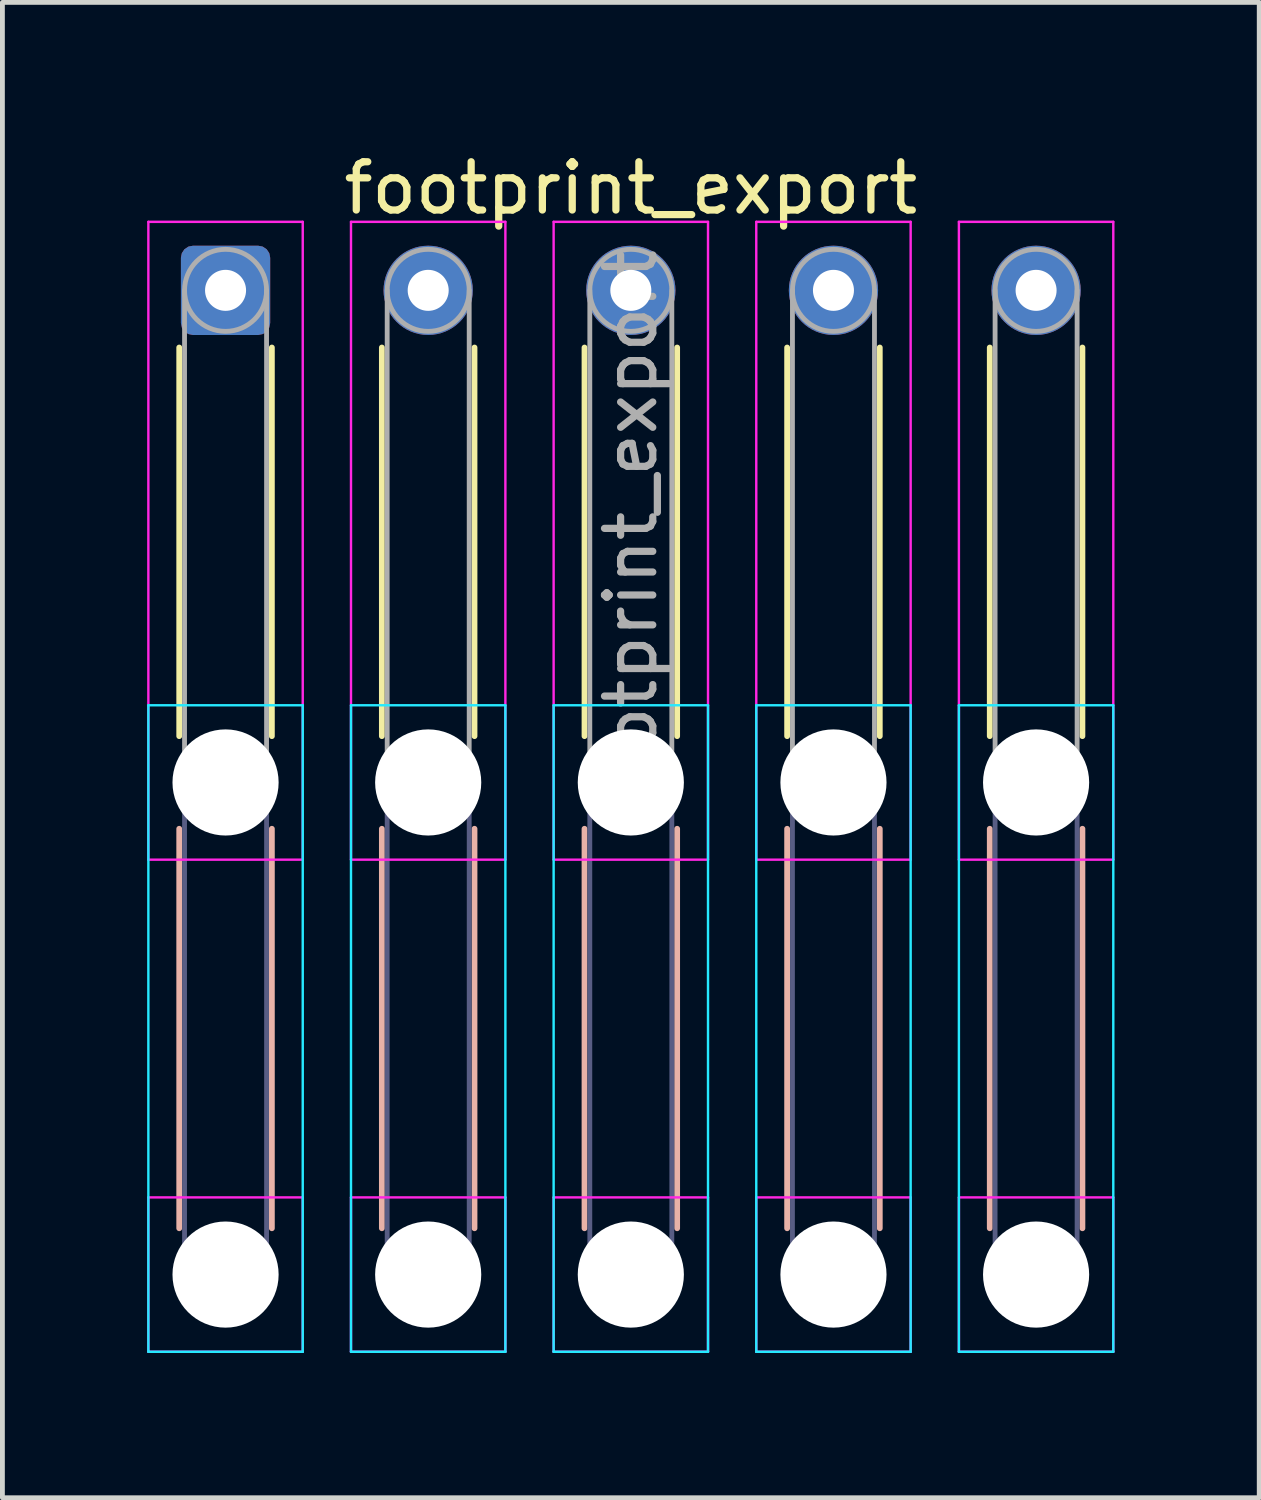
<source format=kicad_pcb>
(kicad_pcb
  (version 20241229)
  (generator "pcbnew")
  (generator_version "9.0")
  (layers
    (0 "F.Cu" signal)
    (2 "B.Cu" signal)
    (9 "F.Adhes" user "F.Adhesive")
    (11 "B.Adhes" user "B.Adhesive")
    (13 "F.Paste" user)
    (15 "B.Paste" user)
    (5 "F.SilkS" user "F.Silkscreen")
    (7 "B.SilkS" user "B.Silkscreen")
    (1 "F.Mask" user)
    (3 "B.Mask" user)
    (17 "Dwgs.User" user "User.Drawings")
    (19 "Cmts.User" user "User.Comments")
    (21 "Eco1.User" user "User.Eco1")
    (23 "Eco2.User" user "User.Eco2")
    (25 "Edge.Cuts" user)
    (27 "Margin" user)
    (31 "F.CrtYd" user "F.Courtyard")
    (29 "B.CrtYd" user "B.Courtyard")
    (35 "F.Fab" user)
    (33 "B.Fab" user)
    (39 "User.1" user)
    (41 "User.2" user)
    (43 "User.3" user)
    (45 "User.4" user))
  (footprint "footprint_export"
    (layer "F.Cu")
    (at 1.625 2.968)
    (property "Reference" "footprint_export" (at 8.4 -2.12 0) (layer "F.SilkS") (effects (font (size 1 1) (thickness 0.15))))
    (attr exclude_from_pos_files exclude_from_bom)
    (fp_line (start -0.96 1.185) (end -0.96 9.24) (stroke (width 0.12) (type solid)) (layer "F.SilkS"))
    (fp_line (start 0.96 1.185) (end 0.96 9.24) (stroke (width 0.12) (type solid)) (layer "F.SilkS"))
    (fp_line (start 3.24 1.185) (end 3.24 9.24) (stroke (width 0.12) (type solid)) (layer "F.SilkS"))
    (fp_line (start 5.16 1.185) (end 5.16 9.24) (stroke (width 0.12) (type solid)) (layer "F.SilkS"))
    (fp_line (start 7.44 1.185) (end 7.44 9.24) (stroke (width 0.12) (type solid)) (layer "F.SilkS"))
    (fp_line (start 9.36 1.185) (end 9.36 9.24) (stroke (width 0.12) (type solid)) (layer "F.SilkS"))
    (fp_line (start 11.64 1.185) (end 11.64 9.24) (stroke (width 0.12) (type solid)) (layer "F.SilkS"))
    (fp_line (start 13.56 1.185) (end 13.56 9.24) (stroke (width 0.12) (type solid)) (layer "F.SilkS"))
    (fp_line (start 15.84 1.185) (end 15.84 9.24) (stroke (width 0.12) (type solid)) (layer "F.SilkS"))
    (fp_line (start 17.76 1.185) (end 17.76 9.24) (stroke (width 0.12) (type solid)) (layer "F.SilkS"))
    (fp_line (start -0.96 11.16) (end -0.96 19.44) (stroke (width 0.12) (type solid)) (layer "B.SilkS"))
    (fp_line (start 0.96 11.16) (end 0.96 19.44) (stroke (width 0.12) (type solid)) (layer "B.SilkS"))
    (fp_line (start 3.24 11.16) (end 3.24 19.44) (stroke (width 0.12) (type solid)) (layer "B.SilkS"))
    (fp_line (start 5.16 11.16) (end 5.16 19.44) (stroke (width 0.12) (type solid)) (layer "B.SilkS"))
    (fp_line (start 7.44 11.16) (end 7.44 19.44) (stroke (width 0.12) (type solid)) (layer "B.SilkS"))
    (fp_line (start 9.36 11.16) (end 9.36 19.44) (stroke (width 0.12) (type solid)) (layer "B.SilkS"))
    (fp_line (start 11.64 11.16) (end 11.64 19.44) (stroke (width 0.12) (type solid)) (layer "B.SilkS"))
    (fp_line (start 13.56 11.16) (end 13.56 19.44) (stroke (width 0.12) (type solid)) (layer "B.SilkS"))
    (fp_line (start 15.84 11.16) (end 15.84 19.44) (stroke (width 0.12) (type solid)) (layer "B.SilkS"))
    (fp_line (start 17.76 11.16) (end 17.76 19.44) (stroke (width 0.12) (type solid)) (layer "B.SilkS"))
    (fp_line (start -1.6 8.6) (end -1.6 22) (stroke (width 0.05) (type solid)) (layer "B.CrtYd"))
    (fp_line (start -1.6 22) (end 1.6 22) (stroke (width 0.05) (type solid)) (layer "B.CrtYd"))
    (fp_line (start 1.6 8.6) (end -1.6 8.6) (stroke (width 0.05) (type solid)) (layer "B.CrtYd"))
    (fp_line (start 1.6 22) (end 1.6 8.6) (stroke (width 0.05) (type solid)) (layer "B.CrtYd"))
    (fp_line (start 2.6 8.6) (end 2.6 22) (stroke (width 0.05) (type solid)) (layer "B.CrtYd"))
    (fp_line (start 2.6 22) (end 5.8 22) (stroke (width 0.05) (type solid)) (layer "B.CrtYd"))
    (fp_line (start 5.8 8.6) (end 2.6 8.6) (stroke (width 0.05) (type solid)) (layer "B.CrtYd"))
    (fp_line (start 5.8 22) (end 5.8 8.6) (stroke (width 0.05) (type solid)) (layer "B.CrtYd"))
    (fp_line (start 6.8 8.6) (end 6.8 22) (stroke (width 0.05) (type solid)) (layer "B.CrtYd"))
    (fp_line (start 6.8 22) (end 10 22) (stroke (width 0.05) (type solid)) (layer "B.CrtYd"))
    (fp_line (start 10 8.6) (end 6.8 8.6) (stroke (width 0.05) (type solid)) (layer "B.CrtYd"))
    (fp_line (start 10 22) (end 10 8.6) (stroke (width 0.05) (type solid)) (layer "B.CrtYd"))
    (fp_line (start 11 8.6) (end 11 22) (stroke (width 0.05) (type solid)) (layer "B.CrtYd"))
    (fp_line (start 11 22) (end 14.2 22) (stroke (width 0.05) (type solid)) (layer "B.CrtYd"))
    (fp_line (start 14.2 8.6) (end 11 8.6) (stroke (width 0.05) (type solid)) (layer "B.CrtYd"))
    (fp_line (start 14.2 22) (end 14.2 8.6) (stroke (width 0.05) (type solid)) (layer "B.CrtYd"))
    (fp_line (start 15.2 8.6) (end 15.2 22) (stroke (width 0.05) (type solid)) (layer "B.CrtYd"))
    (fp_line (start 15.2 22) (end 18.4 22) (stroke (width 0.05) (type solid)) (layer "B.CrtYd"))
    (fp_line (start 18.4 8.6) (end 15.2 8.6) (stroke (width 0.05) (type solid)) (layer "B.CrtYd"))
    (fp_line (start 18.4 22) (end 18.4 8.6) (stroke (width 0.05) (type solid)) (layer "B.CrtYd"))
    (fp_line (start -1.6 -1.42) (end -1.6 11.8) (stroke (width 0.05) (type solid)) (layer "F.CrtYd"))
    (fp_line (start -1.6 11.8) (end 1.6 11.8) (stroke (width 0.05) (type solid)) (layer "F.CrtYd"))
    (fp_line (start -1.6 18.8) (end -1.6 22) (stroke (width 0.05) (type solid)) (layer "F.CrtYd"))
    (fp_line (start -1.6 22) (end 1.6 22) (stroke (width 0.05) (type solid)) (layer "F.CrtYd"))
    (fp_line (start 1.6 -1.42) (end -1.6 -1.42) (stroke (width 0.05) (type solid)) (layer "F.CrtYd"))
    (fp_line (start 1.6 11.8) (end 1.6 -1.42) (stroke (width 0.05) (type solid)) (layer "F.CrtYd"))
    (fp_line (start 1.6 18.8) (end -1.6 18.8) (stroke (width 0.05) (type solid)) (layer "F.CrtYd"))
    (fp_line (start 1.6 22) (end 1.6 18.8) (stroke (width 0.05) (type solid)) (layer "F.CrtYd"))
    (fp_line (start 2.6 -1.42) (end 2.6 11.8) (stroke (width 0.05) (type solid)) (layer "F.CrtYd"))
    (fp_line (start 2.6 11.8) (end 5.8 11.8) (stroke (width 0.05) (type solid)) (layer "F.CrtYd"))
    (fp_line (start 2.6 18.8) (end 2.6 22) (stroke (width 0.05) (type solid)) (layer "F.CrtYd"))
    (fp_line (start 2.6 22) (end 5.8 22) (stroke (width 0.05) (type solid)) (layer "F.CrtYd"))
    (fp_line (start 5.8 -1.42) (end 2.6 -1.42) (stroke (width 0.05) (type solid)) (layer "F.CrtYd"))
    (fp_line (start 5.8 11.8) (end 5.8 -1.42) (stroke (width 0.05) (type solid)) (layer "F.CrtYd"))
    (fp_line (start 5.8 18.8) (end 2.6 18.8) (stroke (width 0.05) (type solid)) (layer "F.CrtYd"))
    (fp_line (start 5.8 22) (end 5.8 18.8) (stroke (width 0.05) (type solid)) (layer "F.CrtYd"))
    (fp_line (start 6.8 -1.42) (end 6.8 11.8) (stroke (width 0.05) (type solid)) (layer "F.CrtYd"))
    (fp_line (start 6.8 11.8) (end 10 11.8) (stroke (width 0.05) (type solid)) (layer "F.CrtYd"))
    (fp_line (start 6.8 18.8) (end 6.8 22) (stroke (width 0.05) (type solid)) (layer "F.CrtYd"))
    (fp_line (start 6.8 22) (end 10 22) (stroke (width 0.05) (type solid)) (layer "F.CrtYd"))
    (fp_line (start 10 -1.42) (end 6.8 -1.42) (stroke (width 0.05) (type solid)) (layer "F.CrtYd"))
    (fp_line (start 10 11.8) (end 10 -1.42) (stroke (width 0.05) (type solid)) (layer "F.CrtYd"))
    (fp_line (start 10 18.8) (end 6.8 18.8) (stroke (width 0.05) (type solid)) (layer "F.CrtYd"))
    (fp_line (start 10 22) (end 10 18.8) (stroke (width 0.05) (type solid)) (layer "F.CrtYd"))
    (fp_line (start 11 -1.42) (end 11 11.8) (stroke (width 0.05) (type solid)) (layer "F.CrtYd"))
    (fp_line (start 11 11.8) (end 14.2 11.8) (stroke (width 0.05) (type solid)) (layer "F.CrtYd"))
    (fp_line (start 11 18.8) (end 11 22) (stroke (width 0.05) (type solid)) (layer "F.CrtYd"))
    (fp_line (start 11 22) (end 14.2 22) (stroke (width 0.05) (type solid)) (layer "F.CrtYd"))
    (fp_line (start 14.2 -1.42) (end 11 -1.42) (stroke (width 0.05) (type solid)) (layer "F.CrtYd"))
    (fp_line (start 14.2 11.8) (end 14.2 -1.42) (stroke (width 0.05) (type solid)) (layer "F.CrtYd"))
    (fp_line (start 14.2 18.8) (end 11 18.8) (stroke (width 0.05) (type solid)) (layer "F.CrtYd"))
    (fp_line (start 14.2 22) (end 14.2 18.8) (stroke (width 0.05) (type solid)) (layer "F.CrtYd"))
    (fp_line (start 15.2 -1.42) (end 15.2 11.8) (stroke (width 0.05) (type solid)) (layer "F.CrtYd"))
    (fp_line (start 15.2 11.8) (end 18.4 11.8) (stroke (width 0.05) (type solid)) (layer "F.CrtYd"))
    (fp_line (start 15.2 18.8) (end 15.2 22) (stroke (width 0.05) (type solid)) (layer "F.CrtYd"))
    (fp_line (start 15.2 22) (end 18.4 22) (stroke (width 0.05) (type solid)) (layer "F.CrtYd"))
    (fp_line (start 18.4 -1.42) (end 15.2 -1.42) (stroke (width 0.05) (type solid)) (layer "F.CrtYd"))
    (fp_line (start 18.4 11.8) (end 18.4 -1.42) (stroke (width 0.05) (type solid)) (layer "F.CrtYd"))
    (fp_line (start 18.4 18.8) (end 15.2 18.8) (stroke (width 0.05) (type solid)) (layer "F.CrtYd"))
    (fp_line (start 18.4 22) (end 18.4 18.8) (stroke (width 0.05) (type solid)) (layer "F.CrtYd"))
    (fp_line (start -0.85 10.2) (end -0.85 20.4) (stroke (width 0.1) (type solid)) (layer "B.Fab"))
    (fp_line (start 0.85 10.2) (end 0.85 20.4) (stroke (width 0.1) (type solid)) (layer "B.Fab"))
    (fp_line (start 3.35 10.2) (end 3.35 20.4) (stroke (width 0.1) (type solid)) (layer "B.Fab"))
    (fp_line (start 5.05 10.2) (end 5.05 20.4) (stroke (width 0.1) (type solid)) (layer "B.Fab"))
    (fp_line (start 7.55 10.2) (end 7.55 20.4) (stroke (width 0.1) (type solid)) (layer "B.Fab"))
    (fp_line (start 9.25 10.2) (end 9.25 20.4) (stroke (width 0.1) (type solid)) (layer "B.Fab"))
    (fp_line (start 11.75 10.2) (end 11.75 20.4) (stroke (width 0.1) (type solid)) (layer "B.Fab"))
    (fp_line (start 13.45 10.2) (end 13.45 20.4) (stroke (width 0.1) (type solid)) (layer "B.Fab"))
    (fp_line (start 15.95 10.2) (end 15.95 20.4) (stroke (width 0.1) (type solid)) (layer "B.Fab"))
    (fp_line (start 17.65 10.2) (end 17.65 20.4) (stroke (width 0.1) (type solid)) (layer "B.Fab"))
    (fp_circle (center 0 10.2) (end 0.85 10.2) (stroke (width 0.1) (type solid)) (fill no) (layer "B.Fab"))
    (fp_circle (center 0 20.4) (end 0.85 20.4) (stroke (width 0.1) (type solid)) (fill no) (layer "B.Fab"))
    (fp_circle (center 4.2 10.2) (end 5.05 10.2) (stroke (width 0.1) (type solid)) (fill no) (layer "B.Fab"))
    (fp_circle (center 4.2 20.4) (end 5.05 20.4) (stroke (width 0.1) (type solid)) (fill no) (layer "B.Fab"))
    (fp_circle (center 8.4 10.2) (end 9.25 10.2) (stroke (width 0.1) (type solid)) (fill no) (layer "B.Fab"))
    (fp_circle (center 8.4 20.4) (end 9.25 20.4) (stroke (width 0.1) (type solid)) (fill no) (layer "B.Fab"))
    (fp_circle (center 12.6 10.2) (end 13.45 10.2) (stroke (width 0.1) (type solid)) (fill no) (layer "B.Fab"))
    (fp_circle (center 12.6 20.4) (end 13.45 20.4) (stroke (width 0.1) (type solid)) (fill no) (layer "B.Fab"))
    (fp_circle (center 16.8 10.2) (end 17.65 10.2) (stroke (width 0.1) (type solid)) (fill no) (layer "B.Fab"))
    (fp_circle (center 16.8 20.4) (end 17.65 20.4) (stroke (width 0.1) (type solid)) (fill no) (layer "B.Fab"))
    (fp_line (start -0.85 0) (end -0.85 10.2) (stroke (width 0.1) (type solid)) (layer "F.Fab"))
    (fp_line (start 0.85 0) (end 0.85 10.2) (stroke (width 0.1) (type solid)) (layer "F.Fab"))
    (fp_line (start 3.35 0) (end 3.35 10.2) (stroke (width 0.1) (type solid)) (layer "F.Fab"))
    (fp_line (start 5.05 0) (end 5.05 10.2) (stroke (width 0.1) (type solid)) (layer "F.Fab"))
    (fp_line (start 7.55 0) (end 7.55 10.2) (stroke (width 0.1) (type solid)) (layer "F.Fab"))
    (fp_line (start 9.25 0) (end 9.25 10.2) (stroke (width 0.1) (type solid)) (layer "F.Fab"))
    (fp_line (start 11.75 0) (end 11.75 10.2) (stroke (width 0.1) (type solid)) (layer "F.Fab"))
    (fp_line (start 13.45 0) (end 13.45 10.2) (stroke (width 0.1) (type solid)) (layer "F.Fab"))
    (fp_line (start 15.95 0) (end 15.95 10.2) (stroke (width 0.1) (type solid)) (layer "F.Fab"))
    (fp_line (start 17.65 0) (end 17.65 10.2) (stroke (width 0.1) (type solid)) (layer "F.Fab"))
    (fp_circle (center 0 0) (end 0.85 0) (stroke (width 0.1) (type solid)) (fill no) (layer "F.Fab"))
    (fp_circle (center 0 10.2) (end 0.85 10.2) (stroke (width 0.1) (type solid)) (fill no) (layer "F.Fab"))
    (fp_circle (center 0 20.4) (end 0.85 20.4) (stroke (width 0.1) (type solid)) (fill no) (layer "F.Fab"))
    (fp_circle (center 4.2 0) (end 5.05 0) (stroke (width 0.1) (type solid)) (fill no) (layer "F.Fab"))
    (fp_circle (center 4.2 10.2) (end 5.05 10.2) (stroke (width 0.1) (type solid)) (fill no) (layer "F.Fab"))
    (fp_circle (center 4.2 20.4) (end 5.05 20.4) (stroke (width 0.1) (type solid)) (fill no) (layer "F.Fab"))
    (fp_circle (center 8.4 0) (end 9.25 0) (stroke (width 0.1) (type solid)) (fill no) (layer "F.Fab"))
    (fp_circle (center 8.4 10.2) (end 9.25 10.2) (stroke (width 0.1) (type solid)) (fill no) (layer "F.Fab"))
    (fp_circle (center 8.4 20.4) (end 9.25 20.4) (stroke (width 0.1) (type solid)) (fill no) (layer "F.Fab"))
    (fp_circle (center 12.6 0) (end 13.45 0) (stroke (width 0.1) (type solid)) (fill no) (layer "F.Fab"))
    (fp_circle (center 12.6 10.2) (end 13.45 10.2) (stroke (width 0.1) (type solid)) (fill no) (layer "F.Fab"))
    (fp_circle (center 12.6 20.4) (end 13.45 20.4) (stroke (width 0.1) (type solid)) (fill no) (layer "F.Fab"))
    (fp_circle (center 16.8 0) (end 17.65 0) (stroke (width 0.1) (type solid)) (fill no) (layer "F.Fab"))
    (fp_circle (center 16.8 10.2) (end 17.65 10.2) (stroke (width 0.1) (type solid)) (fill no) (layer "F.Fab"))
    (fp_circle (center 16.8 20.4) (end 17.65 20.4) (stroke (width 0.1) (type solid)) (fill no) (layer "F.Fab"))
    (fp_text user "${REFERENCE}" (at 8.4 5.1 90) (layer "F.Fab") (effects (font (size 1 1) (thickness 0.15))))
    (pad "" np_thru_hole circle (at 0 10.2) (size 2.2 2.2) (drill 2.2) (layers "*.Cu" "*.Mask"))
    (pad "" np_thru_hole circle (at 0 20.4) (size 2.2 2.2) (drill 2.2) (layers "*.Cu" "*.Mask"))
    (pad "" np_thru_hole circle (at 4.2 10.2) (size 2.2 2.2) (drill 2.2) (layers "*.Cu" "*.Mask"))
    (pad "" np_thru_hole circle (at 4.2 20.4) (size 2.2 2.2) (drill 2.2) (layers "*.Cu" "*.Mask"))
    (pad "" np_thru_hole circle (at 8.4 10.2) (size 2.2 2.2) (drill 2.2) (layers "*.Cu" "*.Mask"))
    (pad "" np_thru_hole circle (at 8.4 20.4) (size 2.2 2.2) (drill 2.2) (layers "*.Cu" "*.Mask"))
    (pad "" np_thru_hole circle (at 12.6 10.2) (size 2.2 2.2) (drill 2.2) (layers "*.Cu" "*.Mask"))
    (pad "" np_thru_hole circle (at 12.6 20.4) (size 2.2 2.2) (drill 2.2) (layers "*.Cu" "*.Mask"))
    (pad "" np_thru_hole circle (at 16.8 10.2) (size 2.2 2.2) (drill 2.2) (layers "*.Cu" "*.Mask"))
    (pad "" np_thru_hole circle (at 16.8 20.4) (size 2.2 2.2) (drill 2.2) (layers "*.Cu" "*.Mask"))
    (pad "1" thru_hole roundrect (at 0 0) (size 1.85 1.85) (drill 0.85) (layers "*.Cu" "*.Mask") (roundrect_rratio 0.135))
    (pad "2" thru_hole circle (at 4.2 0) (size 1.85 1.85) (drill 0.85) (layers "*.Cu" "*.Mask"))
    (pad "3" thru_hole circle (at 8.4 0) (size 1.85 1.85) (drill 0.85) (layers "*.Cu" "*.Mask"))
    (pad "4" thru_hole circle (at 12.6 0) (size 1.85 1.85) (drill 0.85) (layers "*.Cu" "*.Mask"))
    (pad "5" thru_hole circle (at 16.8 0) (size 1.85 1.85) (drill 0.85) (layers "*.Cu" "*.Mask")))
  (gr_rect
    (start -3 -3)
    (end 23.05 27.993)
    (stroke (width 0.1) (type default))
    (fill no)
    (layer "Edge.Cuts")))
</source>
